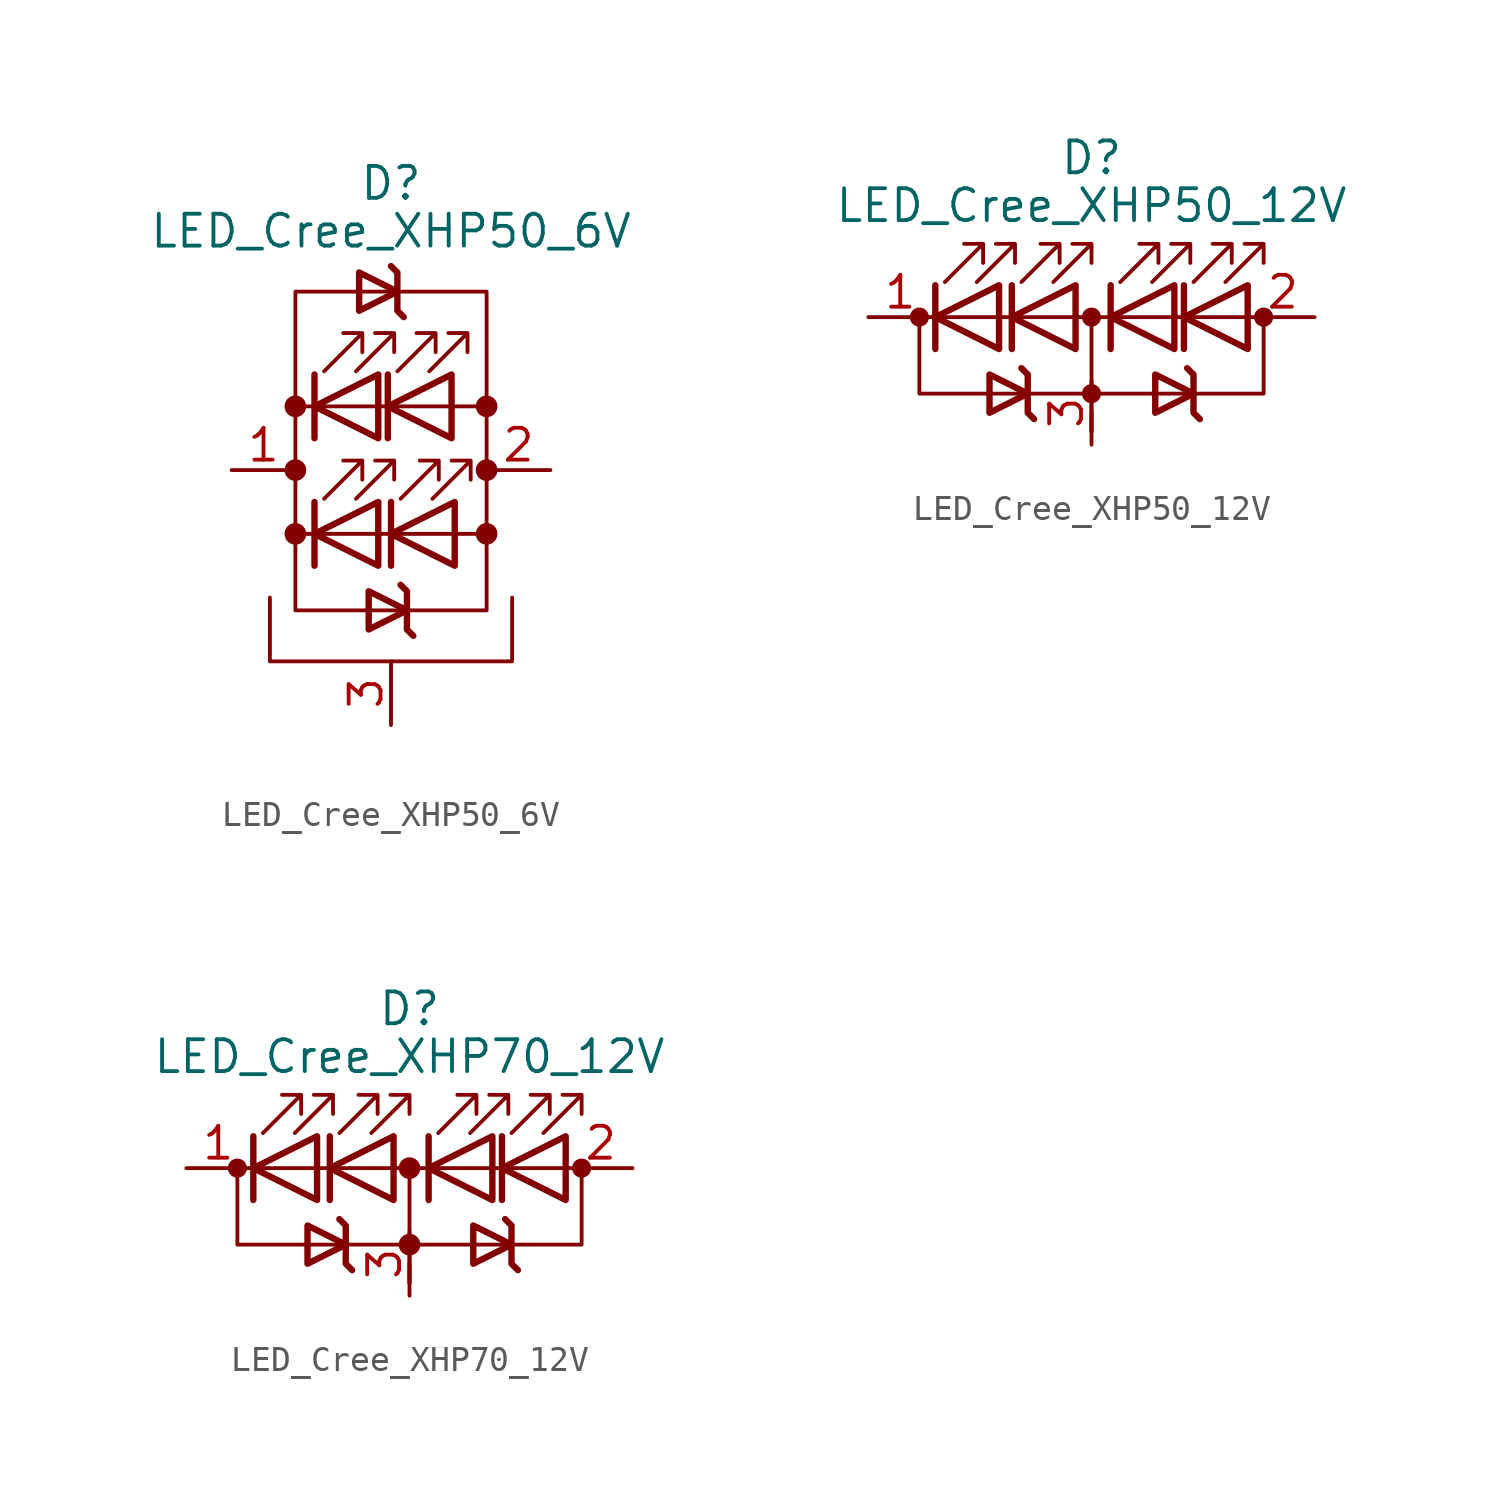
<source format=kicad_sym>
(kicad_symbol_lib
  (version 20201005)
  (generator kicad_symbol_editor)
  (symbol "LED:LED_Cree_XHP50_6V"
    (pin_names
      (offset 1.016) hide)
    (property "Reference" "D"
      (at 0 11.43 0)
      (effects (font (size 1.27 1.27))))
    (property "Value" "LED_Cree_XHP50_6V"
      (at 0 9.525 0)
      (effects (font (size 1.27 1.27))))
    (symbol "LED_Cree_XHP50_6V_0_1"
      (circle (center -3.81 -2.54) (radius 0.356) (stroke (width 0)) (fill (type outline)))
      (circle (center -3.81 0) (radius 0.356) (stroke (width 0)) (fill (type outline)))
      (circle (center -3.81 2.54) (radius 0.356) (stroke (width 0)) (fill (type outline)))
      (circle (center 3.81 -2.54) (radius 0.356) (stroke (width 0)) (fill (type outline)))
      (circle (center 3.81 0) (radius 0.356) (stroke (width 0)) (fill (type outline)))
      (circle (center 3.81 2.54) (radius 0.356) (stroke (width 0)) (fill (type outline)))
      (polyline (pts (xy -3.81 -2.54) (xy 3.81 -2.54)) (stroke (width 0)) (fill (type none)))
      (polyline (pts (xy -3.048 -3.81) (xy -3.048 -1.27)) (stroke (width 0.254)) (fill (type none)))
      (polyline (pts (xy -3.048 1.27) (xy -3.048 3.81)) (stroke (width 0.254)) (fill (type none)))
      (polyline (pts (xy -0.127 1.27) (xy -0.127 3.81)) (stroke (width 0.254)) (fill (type none)))
      (polyline (pts (xy 0 -3.81) (xy 0 -1.27)) (stroke (width 0.254)) (fill (type none)))
      (polyline (pts (xy 3.81 2.54) (xy -3.81 2.54)) (stroke (width 0)) (fill (type none)))
      (polyline (pts (xy -4.826 -5.08) (xy -4.826 -7.62) (xy 4.826 -7.62) (xy 4.826 -5.08)) (stroke (width 0)) (fill (type none)))
      (polyline (pts (xy -0.508 -3.81) (xy -0.508 -1.27) (xy -3.048 -2.54) (xy -0.508 -3.81)) (stroke (width 0.254)) (fill (type none)))
      (polyline (pts (xy -0.508 1.27) (xy -0.508 3.81) (xy -3.048 2.54) (xy -0.508 1.27)) (stroke (width 0.254)) (fill (type none)))
      (polyline (pts (xy 0.508 6.096) (xy 0.254 6.35) (xy 0.254 7.874) (xy 0 8.128)) (stroke (width 0.254)) (fill (type none)))
      (polyline (pts (xy 0.889 -6.604) (xy 0.635 -6.35) (xy 0.635 -4.826) (xy 0.381 -4.572)) (stroke (width 0.254)) (fill (type none)))
      (polyline (pts (xy 2.413 1.27) (xy 2.413 3.81) (xy -0.127 2.54) (xy 2.413 1.27)) (stroke (width 0.254)) (fill (type none)))
      (polyline (pts (xy 2.54 -3.81) (xy 2.54 -1.27) (xy 0 -2.54) (xy 2.54 -3.81)) (stroke (width 0.254)) (fill (type none)))
      (polyline (pts (xy -3.81 -5.588) (xy -3.81 7.112) (xy 3.81 7.112) (xy 3.81 -5.588) (xy -3.81 -5.588)) (stroke (width 0)) (fill (type none)))
      (polyline (pts (xy -2.667 -1.143) (xy -1.143 0.381) (xy -1.905 0.381) (xy -1.143 0.381) (xy -1.143 -0.381)) (stroke (width 0)) (fill (type none)))
      (polyline (pts (xy -2.667 3.937) (xy -1.143 5.461) (xy -1.905 5.461) (xy -1.143 5.461) (xy -1.143 4.699)) (stroke (width 0)) (fill (type none)))
      (polyline (pts (xy -1.397 -1.143) (xy 0.127 0.381) (xy -0.635 0.381) (xy 0.127 0.381) (xy 0.127 -0.381)) (stroke (width 0)) (fill (type none)))
      (polyline (pts (xy -1.397 3.937) (xy 0.127 5.461) (xy -0.635 5.461) (xy 0.127 5.461) (xy 0.127 4.699)) (stroke (width 0)) (fill (type none)))
      (polyline (pts (xy -1.27 6.35) (xy -1.27 7.874) (xy 0.254 7.112) (xy -1.27 6.35) (xy -1.27 6.604)) (stroke (width 0.254)) (fill (type none)))
      (polyline (pts (xy -0.889 -6.35) (xy -0.889 -4.826) (xy 0.635 -5.588) (xy -0.889 -6.35) (xy -0.889 -6.096)) (stroke (width 0.254)) (fill (type none)))
      (polyline (pts (xy 0.254 3.937) (xy 1.778 5.461) (xy 1.016 5.461) (xy 1.778 5.461) (xy 1.778 4.699)) (stroke (width 0)) (fill (type none)))
      (polyline (pts (xy 0.381 -1.143) (xy 1.905 0.381) (xy 1.143 0.381) (xy 1.905 0.381) (xy 1.905 -0.381)) (stroke (width 0)) (fill (type none)))
      (polyline (pts (xy 1.524 3.937) (xy 3.048 5.461) (xy 2.286 5.461) (xy 3.048 5.461) (xy 3.048 4.699)) (stroke (width 0)) (fill (type none)))
      (polyline (pts (xy 1.651 -1.143) (xy 3.175 0.381) (xy 2.413 0.381) (xy 3.175 0.381) (xy 3.175 -0.381)) (stroke (width 0)) (fill (type none))))
    (symbol "LED_Cree_XHP50_6V_1_1"
      (pin passive line (at -6.35 0 0) (length 2.54) (name "K" (effects (font (size 1.27 1.27)))) (number "1" (effects (font (size 1.27 1.27)))))
      (pin passive line (at 6.35 0 180) (length 2.54) (name "A" (effects (font (size 1.27 1.27)))) (number "2" (effects (font (size 1.27 1.27)))))
      (pin passive line (at 0 -10.16 90) (length 2.54) (name "PAD" (effects (font (size 1.27 1.27)))) (number "3" (effects (font (size 1.27 1.27)))))))
  (symbol "LED:LED_Cree_XHP50_12V"
    (pin_names
      (offset 1.016) hide)
    (property "Reference" "D"
      (at 0 6.35 0)
      (effects (font (size 1.27 1.27))))
    (property "Value" "LED_Cree_XHP50_12V"
      (at 0 4.445 0)
      (effects (font (size 1.27 1.27))))
    (symbol "LED_Cree_XHP50_12V_0_1"
      (circle (center -6.858 0) (radius 0.254) (stroke (width 0.254)) (fill (type outline)))
      (circle (center 0 -3.048) (radius 0.254) (stroke (width 0.254)) (fill (type outline)))
      (circle (center 0 0) (radius 0.254) (stroke (width 0.254)) (fill (type outline)))
      (circle (center 6.858 0) (radius 0.254) (stroke (width 0.254)) (fill (type outline)))
      (polyline (pts (xy -6.35 0) (xy 6.35 0)) (stroke (width 0)) (fill (type none)))
      (polyline (pts (xy -6.223 -1.27) (xy -6.223 1.27)) (stroke (width 0.254)) (fill (type none)))
      (polyline (pts (xy -3.175 -1.27) (xy -3.175 1.27)) (stroke (width 0.254)) (fill (type none)))
      (polyline (pts (xy 0 -3.81) (xy 0 -4.572)) (stroke (width 0)) (fill (type none)))
      (polyline (pts (xy 0 0) (xy 0 -4.572)) (stroke (width 0)) (fill (type none)))
      (polyline (pts (xy 0.762 -1.27) (xy 0.762 1.27)) (stroke (width 0.254)) (fill (type none)))
      (polyline (pts (xy 3.683 -1.27) (xy 3.683 1.27)) (stroke (width 0.254)) (fill (type none)))
      (polyline (pts (xy -6.858 0) (xy -6.858 -3.048) (xy 6.858 -3.048) (xy 6.858 0)) (stroke (width 0)) (fill (type none)))
      (polyline (pts (xy -3.683 -1.27) (xy -3.683 1.27) (xy -6.223 0) (xy -3.683 -1.27)) (stroke (width 0.254)) (fill (type none)))
      (polyline (pts (xy -2.286 -4.064) (xy -2.54 -3.81) (xy -2.54 -2.286) (xy -2.794 -2.032)) (stroke (width 0.254)) (fill (type none)))
      (polyline (pts (xy -0.635 -1.27) (xy -0.635 1.27) (xy -3.175 0) (xy -0.635 -1.27)) (stroke (width 0.254)) (fill (type none)))
      (polyline (pts (xy 3.302 -1.27) (xy 3.302 1.27) (xy 0.762 0) (xy 3.302 -1.27)) (stroke (width 0.254)) (fill (type none)))
      (polyline (pts (xy 4.318 -4.064) (xy 4.064 -3.81) (xy 4.064 -2.286) (xy 3.81 -2.032)) (stroke (width 0.254)) (fill (type none)))
      (polyline (pts (xy 6.223 -1.27) (xy 6.223 1.27) (xy 3.683 0) (xy 6.223 -1.27)) (stroke (width 0.254)) (fill (type none)))
      (polyline (pts (xy -5.842 1.397) (xy -4.318 2.921) (xy -5.08 2.921) (xy -4.318 2.921) (xy -4.318 2.159)) (stroke (width 0)) (fill (type none)))
      (polyline (pts (xy -4.572 1.397) (xy -3.048 2.921) (xy -3.81 2.921) (xy -3.048 2.921) (xy -3.048 2.159)) (stroke (width 0)) (fill (type none)))
      (polyline (pts (xy -4.064 -3.81) (xy -4.064 -2.286) (xy -2.54 -3.048) (xy -4.064 -3.81) (xy -4.064 -3.556)) (stroke (width 0.254)) (fill (type none)))
      (polyline (pts (xy -2.794 1.397) (xy -1.27 2.921) (xy -2.032 2.921) (xy -1.27 2.921) (xy -1.27 2.159)) (stroke (width 0)) (fill (type none)))
      (polyline (pts (xy -1.524 1.397) (xy 0 2.921) (xy -0.762 2.921) (xy 0 2.921) (xy 0 2.159)) (stroke (width 0)) (fill (type none)))
      (polyline (pts (xy 1.143 1.397) (xy 2.667 2.921) (xy 1.905 2.921) (xy 2.667 2.921) (xy 2.667 2.159)) (stroke (width 0)) (fill (type none)))
      (polyline (pts (xy 2.413 1.397) (xy 3.937 2.921) (xy 3.175 2.921) (xy 3.937 2.921) (xy 3.937 2.159)) (stroke (width 0)) (fill (type none)))
      (polyline (pts (xy 2.54 -3.81) (xy 2.54 -2.286) (xy 4.064 -3.048) (xy 2.54 -3.81) (xy 2.54 -3.556)) (stroke (width 0.254)) (fill (type none)))
      (polyline (pts (xy 4.064 1.397) (xy 5.588 2.921) (xy 4.826 2.921) (xy 5.588 2.921) (xy 5.588 2.159)) (stroke (width 0)) (fill (type none)))
      (polyline (pts (xy 5.334 1.397) (xy 6.858 2.921) (xy 6.096 2.921) (xy 6.858 2.921) (xy 6.858 2.159)) (stroke (width 0)) (fill (type none))))
    (symbol "LED_Cree_XHP50_12V_1_1"
      (pin passive line (at -8.89 0 0) (length 2.54) (name "K" (effects (font (size 1.27 1.27)))) (number "1" (effects (font (size 1.27 1.27)))))
      (pin passive line (at 8.89 0 180) (length 2.54) (name "A" (effects (font (size 1.27 1.27)))) (number "2" (effects (font (size 1.27 1.27)))))
      (pin passive line (at 0 -5.08 90) (length 2.54) (name "PAD" (effects (font (size 1.27 1.27)))) (number "3" (effects (font (size 1.27 1.27)))))))
  (symbol "LED:LED_Cree_XHP70_12V"
    (pin_names
      (offset 1.016) hide)
    (property "Reference" "D"
      (at 0 6.35 0)
      (effects (font (size 1.27 1.27))))
    (property "Value" "LED_Cree_XHP70_12V"
      (at 0 4.445 0)
      (effects (font (size 1.27 1.27))))
    (symbol "LED_Cree_XHP70_12V_0_1"
      (circle (center -6.858 0) (radius 0.254) (stroke (width 0.254)) (fill (type outline)))
      (circle (center 0 -3.048) (radius 0.356) (stroke (width 0)) (fill (type outline)))
      (circle (center 0 0) (radius 0.356) (stroke (width 0)) (fill (type outline)))
      (circle (center 6.858 0) (radius 0.254) (stroke (width 0.254)) (fill (type outline)))
      (polyline (pts (xy -6.35 0) (xy 6.35 0)) (stroke (width 0)) (fill (type none)))
      (polyline (pts (xy -6.223 -1.27) (xy -6.223 1.27)) (stroke (width 0.254)) (fill (type none)))
      (polyline (pts (xy -3.175 -1.27) (xy -3.175 1.27)) (stroke (width 0.254)) (fill (type none)))
      (polyline (pts (xy 0 -3.81) (xy 0 -4.572)) (stroke (width 0)) (fill (type none)))
      (polyline (pts (xy 0 0) (xy 0 -4.572)) (stroke (width 0)) (fill (type none)))
      (polyline (pts (xy 0.762 -1.27) (xy 0.762 1.27)) (stroke (width 0.254)) (fill (type none)))
      (polyline (pts (xy 3.683 -1.27) (xy 3.683 1.27)) (stroke (width 0.254)) (fill (type none)))
      (polyline (pts (xy -6.858 0) (xy -6.858 -3.048) (xy 6.858 -3.048) (xy 6.858 0)) (stroke (width 0)) (fill (type none)))
      (polyline (pts (xy -3.683 -1.27) (xy -3.683 1.27) (xy -6.223 0) (xy -3.683 -1.27)) (stroke (width 0.254)) (fill (type none)))
      (polyline (pts (xy -2.286 -4.064) (xy -2.54 -3.81) (xy -2.54 -2.286) (xy -2.794 -2.032)) (stroke (width 0.254)) (fill (type none)))
      (polyline (pts (xy -0.635 -1.27) (xy -0.635 1.27) (xy -3.175 0) (xy -0.635 -1.27)) (stroke (width 0.254)) (fill (type none)))
      (polyline (pts (xy 3.302 -1.27) (xy 3.302 1.27) (xy 0.762 0) (xy 3.302 -1.27)) (stroke (width 0.254)) (fill (type none)))
      (polyline (pts (xy 4.318 -4.064) (xy 4.064 -3.81) (xy 4.064 -2.286) (xy 3.81 -2.032)) (stroke (width 0.254)) (fill (type none)))
      (polyline (pts (xy 6.223 -1.27) (xy 6.223 1.27) (xy 3.683 0) (xy 6.223 -1.27)) (stroke (width 0.254)) (fill (type none)))
      (polyline (pts (xy -5.842 1.397) (xy -4.318 2.921) (xy -5.08 2.921) (xy -4.318 2.921) (xy -4.318 2.159)) (stroke (width 0)) (fill (type none)))
      (polyline (pts (xy -4.572 1.397) (xy -3.048 2.921) (xy -3.81 2.921) (xy -3.048 2.921) (xy -3.048 2.159)) (stroke (width 0)) (fill (type none)))
      (polyline (pts (xy -4.064 -3.81) (xy -4.064 -2.286) (xy -2.54 -3.048) (xy -4.064 -3.81) (xy -4.064 -3.556)) (stroke (width 0.254)) (fill (type none)))
      (polyline (pts (xy -2.794 1.397) (xy -1.27 2.921) (xy -2.032 2.921) (xy -1.27 2.921) (xy -1.27 2.159)) (stroke (width 0)) (fill (type none)))
      (polyline (pts (xy -1.524 1.397) (xy 0 2.921) (xy -0.762 2.921) (xy 0 2.921) (xy 0 2.159)) (stroke (width 0)) (fill (type none)))
      (polyline (pts (xy 1.143 1.397) (xy 2.667 2.921) (xy 1.905 2.921) (xy 2.667 2.921) (xy 2.667 2.159)) (stroke (width 0)) (fill (type none)))
      (polyline (pts (xy 2.413 1.397) (xy 3.937 2.921) (xy 3.175 2.921) (xy 3.937 2.921) (xy 3.937 2.159)) (stroke (width 0)) (fill (type none)))
      (polyline (pts (xy 2.54 -3.81) (xy 2.54 -2.286) (xy 4.064 -3.048) (xy 2.54 -3.81) (xy 2.54 -3.556)) (stroke (width 0.254)) (fill (type none)))
      (polyline (pts (xy 4.064 1.397) (xy 5.588 2.921) (xy 4.826 2.921) (xy 5.588 2.921) (xy 5.588 2.159)) (stroke (width 0)) (fill (type none)))
      (polyline (pts (xy 5.334 1.397) (xy 6.858 2.921) (xy 6.096 2.921) (xy 6.858 2.921) (xy 6.858 2.159)) (stroke (width 0)) (fill (type none))))
    (symbol "LED_Cree_XHP70_12V_1_1"
      (pin passive line (at -8.89 0 0) (length 2.54) (name "K" (effects (font (size 1.27 1.27)))) (number "1" (effects (font (size 1.27 1.27)))))
      (pin passive line (at 8.89 0 180) (length 2.54) (name "A" (effects (font (size 1.27 1.27)))) (number "2" (effects (font (size 1.27 1.27)))))
      (pin passive line (at 0 -5.08 90) (length 2.54) (name "PAD" (effects (font (size 1.27 1.27)))) (number "3" (effects (font (size 1.27 1.27))))))))
</source>
